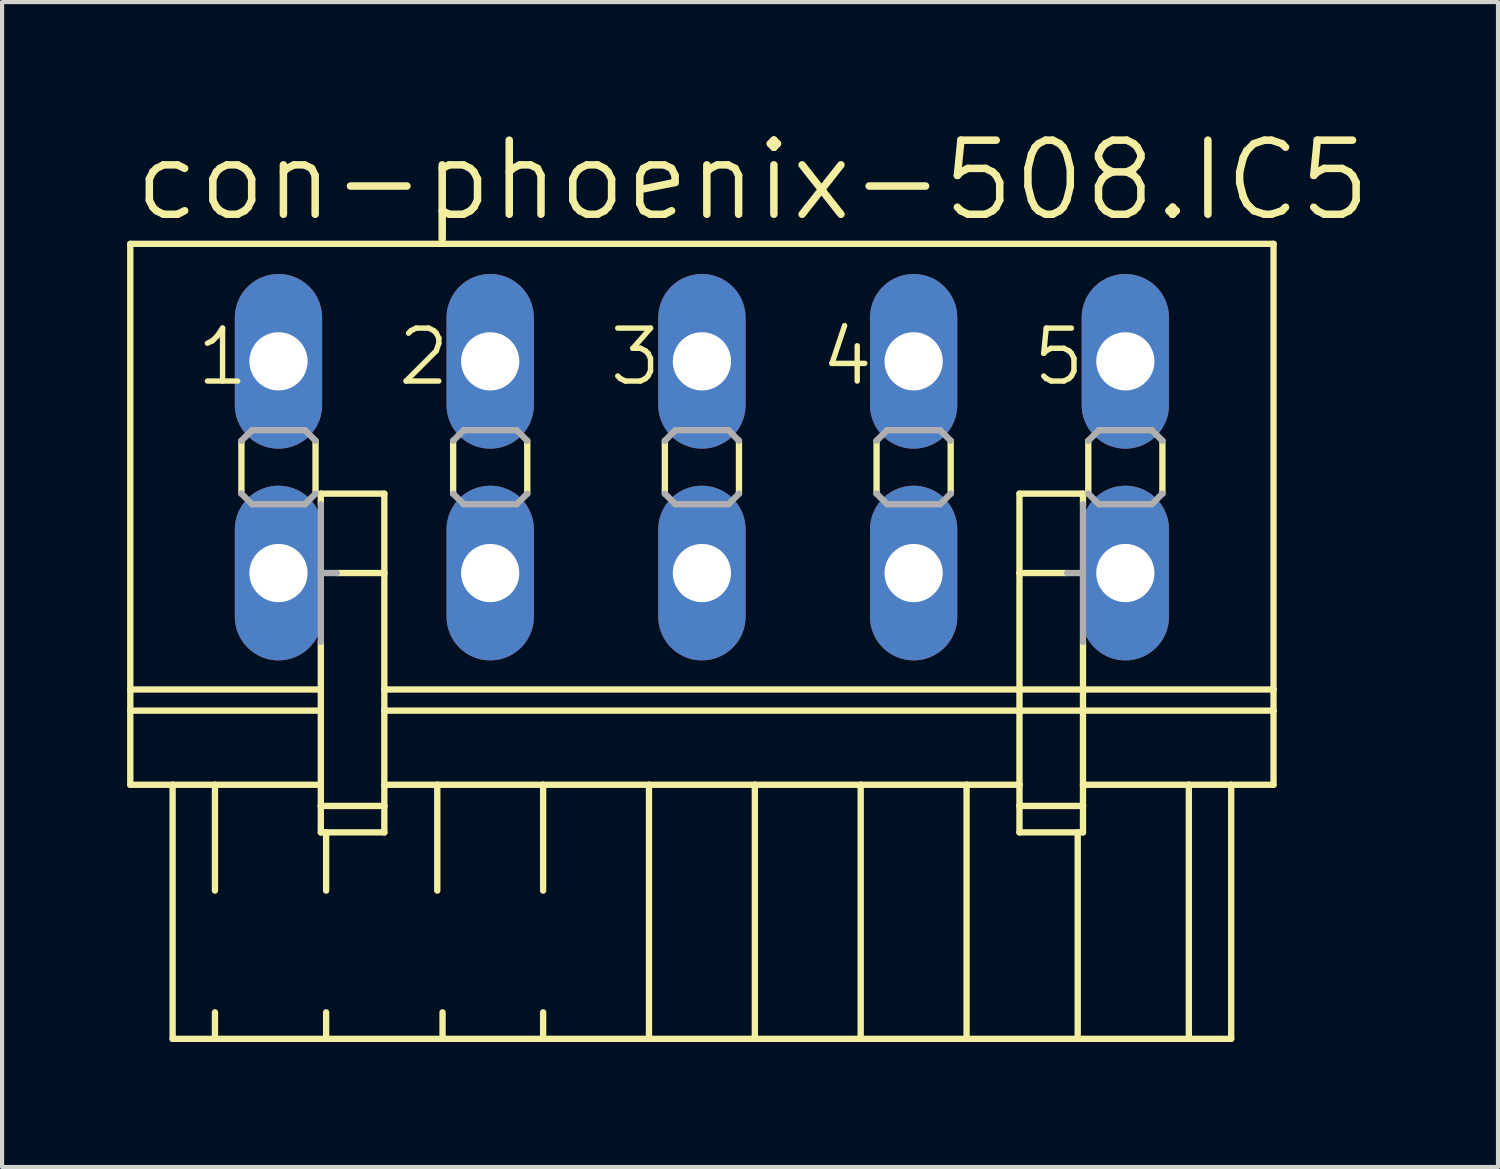
<source format=kicad_pcb>
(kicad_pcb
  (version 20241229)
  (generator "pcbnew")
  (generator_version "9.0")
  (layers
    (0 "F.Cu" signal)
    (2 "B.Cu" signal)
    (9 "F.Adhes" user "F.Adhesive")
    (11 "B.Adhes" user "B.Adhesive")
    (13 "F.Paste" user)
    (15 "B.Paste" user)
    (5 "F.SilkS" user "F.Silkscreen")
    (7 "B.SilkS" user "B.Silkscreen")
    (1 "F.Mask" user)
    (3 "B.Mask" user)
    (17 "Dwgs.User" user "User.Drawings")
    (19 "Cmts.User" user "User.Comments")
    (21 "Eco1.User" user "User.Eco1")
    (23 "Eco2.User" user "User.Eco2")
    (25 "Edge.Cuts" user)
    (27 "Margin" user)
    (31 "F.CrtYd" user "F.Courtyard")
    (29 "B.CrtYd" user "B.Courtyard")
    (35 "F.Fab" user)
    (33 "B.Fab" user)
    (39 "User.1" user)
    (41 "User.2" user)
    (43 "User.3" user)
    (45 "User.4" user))
  (footprint "con-phoenix-508.IC5"
    (layer "F.Cu")
    (at 13.792 8.16)
    (property "Reference" "con-phoenix-508.IC5" (at -13.716 -5.842 0) (layer "F.SilkS") (effects (font (size 1.778 1.778) (thickness 0.18)) (justify left bottom)))
    (attr through_hole)
    (fp_line (start -13.716 -5.359) (end -13.716 5.334) (stroke (width 0.152) (type default)) (layer "F.SilkS"))
    (fp_line (start -13.716 -5.359) (end 13.716 -5.359) (stroke (width 0.152) (type default)) (layer "F.SilkS"))
    (fp_line (start -13.716 5.334) (end -13.716 5.842) (stroke (width 0.152) (type default)) (layer "F.SilkS"))
    (fp_line (start -13.716 5.334) (end -9.144 5.334) (stroke (width 0.152) (type default)) (layer "F.SilkS"))
    (fp_line (start -13.716 5.842) (end -13.716 7.62) (stroke (width 0.152) (type default)) (layer "F.SilkS"))
    (fp_line (start -13.716 5.842) (end -9.144 5.842) (stroke (width 0.152) (type default)) (layer "F.SilkS"))
    (fp_line (start -13.716 7.62) (end -12.7 7.62) (stroke (width 0.152) (type default)) (layer "F.SilkS"))
    (fp_line (start -12.7 7.62) (end -12.7 13.716) (stroke (width 0.152) (type default)) (layer "F.SilkS"))
    (fp_line (start -12.7 7.62) (end -11.684 7.62) (stroke (width 0.152) (type default)) (layer "F.SilkS"))
    (fp_line (start -12.7 13.716) (end -11.684 13.716) (stroke (width 0.152) (type default)) (layer "F.SilkS"))
    (fp_line (start -11.684 7.62) (end -11.684 10.16) (stroke (width 0.152) (type default)) (layer "F.SilkS"))
    (fp_line (start -11.684 7.62) (end -9.144 7.62) (stroke (width 0.152) (type default)) (layer "F.SilkS"))
    (fp_line (start -11.684 13.081) (end -11.684 13.716) (stroke (width 0.152) (type default)) (layer "F.SilkS"))
    (fp_line (start -11.684 13.716) (end -9.017 13.716) (stroke (width 0.152) (type default)) (layer "F.SilkS"))
    (fp_line (start -11.049 -0.635) (end -11.049 0.635) (stroke (width 0.152) (type default)) (layer "F.SilkS"))
    (fp_line (start -9.271 -0.635) (end -9.271 0.635) (stroke (width 0.152) (type default)) (layer "F.SilkS"))
    (fp_line (start -9.144 0.635) (end -9.144 0.889) (stroke (width 0.152) (type default)) (layer "F.SilkS"))
    (fp_line (start -9.144 0.635) (end -7.62 0.635) (stroke (width 0.152) (type default)) (layer "F.SilkS"))
    (fp_line (start -9.144 4.191) (end -9.144 5.334) (stroke (width 0.152) (type default)) (layer "F.SilkS"))
    (fp_line (start -9.144 5.842) (end -9.144 5.334) (stroke (width 0.152) (type default)) (layer "F.SilkS"))
    (fp_line (start -9.144 7.62) (end -9.144 5.842) (stroke (width 0.152) (type default)) (layer "F.SilkS"))
    (fp_line (start -9.144 8.128) (end -9.144 7.62) (stroke (width 0.152) (type default)) (layer "F.SilkS"))
    (fp_line (start -9.144 8.128) (end -7.62 8.128) (stroke (width 0.152) (type default)) (layer "F.SilkS"))
    (fp_line (start -9.144 8.763) (end -9.144 8.128) (stroke (width 0.152) (type default)) (layer "F.SilkS"))
    (fp_line (start -9.017 8.763) (end -9.144 8.763) (stroke (width 0.152) (type default)) (layer "F.SilkS"))
    (fp_line (start -9.017 8.763) (end -9.017 10.16) (stroke (width 0.152) (type default)) (layer "F.SilkS"))
    (fp_line (start -9.017 13.081) (end -9.017 13.716) (stroke (width 0.152) (type default)) (layer "F.SilkS"))
    (fp_line (start -9.017 13.716) (end -6.223 13.716) (stroke (width 0.152) (type default)) (layer "F.SilkS"))
    (fp_line (start -7.62 0.635) (end -7.62 2.54) (stroke (width 0.152) (type default)) (layer "F.SilkS"))
    (fp_line (start -7.62 2.54) (end -8.763 2.54) (stroke (width 0.152) (type default)) (layer "F.SilkS"))
    (fp_line (start -7.62 2.54) (end -7.62 5.334) (stroke (width 0.152) (type default)) (layer "F.SilkS"))
    (fp_line (start -7.62 5.334) (end -7.62 5.842) (stroke (width 0.152) (type default)) (layer "F.SilkS"))
    (fp_line (start -7.62 5.334) (end 7.62 5.334) (stroke (width 0.152) (type default)) (layer "F.SilkS"))
    (fp_line (start -7.62 5.842) (end -7.62 7.62) (stroke (width 0.152) (type default)) (layer "F.SilkS"))
    (fp_line (start -7.62 5.842) (end 7.62 5.842) (stroke (width 0.152) (type default)) (layer "F.SilkS"))
    (fp_line (start -7.62 7.62) (end -7.62 8.128) (stroke (width 0.152) (type default)) (layer "F.SilkS"))
    (fp_line (start -7.62 7.62) (end -6.35 7.62) (stroke (width 0.152) (type default)) (layer "F.SilkS"))
    (fp_line (start -7.62 8.128) (end -7.62 8.763) (stroke (width 0.152) (type default)) (layer "F.SilkS"))
    (fp_line (start -7.62 8.763) (end -9.017 8.763) (stroke (width 0.152) (type default)) (layer "F.SilkS"))
    (fp_line (start -6.35 7.62) (end -6.35 10.16) (stroke (width 0.152) (type default)) (layer "F.SilkS"))
    (fp_line (start -6.35 7.62) (end -3.81 7.62) (stroke (width 0.152) (type default)) (layer "F.SilkS"))
    (fp_line (start -6.223 13.081) (end -6.223 13.716) (stroke (width 0.152) (type default)) (layer "F.SilkS"))
    (fp_line (start -6.223 13.716) (end -3.81 13.716) (stroke (width 0.152) (type default)) (layer "F.SilkS"))
    (fp_line (start -5.969 -0.635) (end -5.969 0.635) (stroke (width 0.152) (type default)) (layer "F.SilkS"))
    (fp_line (start -4.191 -0.635) (end -4.191 0.635) (stroke (width 0.152) (type default)) (layer "F.SilkS"))
    (fp_line (start -3.81 7.62) (end -3.81 10.16) (stroke (width 0.152) (type default)) (layer "F.SilkS"))
    (fp_line (start -3.81 7.62) (end -1.27 7.62) (stroke (width 0.152) (type default)) (layer "F.SilkS"))
    (fp_line (start -3.81 13.081) (end -3.81 13.716) (stroke (width 0.152) (type default)) (layer "F.SilkS"))
    (fp_line (start -3.81 13.716) (end -1.27 13.716) (stroke (width 0.152) (type default)) (layer "F.SilkS"))
    (fp_line (start -1.27 7.62) (end -1.27 13.716) (stroke (width 0.152) (type default)) (layer "F.SilkS"))
    (fp_line (start -1.27 7.62) (end 1.27 7.62) (stroke (width 0.152) (type default)) (layer "F.SilkS"))
    (fp_line (start -1.27 13.716) (end 1.27 13.716) (stroke (width 0.152) (type default)) (layer "F.SilkS"))
    (fp_line (start -0.889 -0.635) (end -0.889 0.635) (stroke (width 0.152) (type default)) (layer "F.SilkS"))
    (fp_line (start 0.889 -0.635) (end 0.889 0.635) (stroke (width 0.152) (type default)) (layer "F.SilkS"))
    (fp_line (start 1.27 7.62) (end 1.27 13.716) (stroke (width 0.152) (type default)) (layer "F.SilkS"))
    (fp_line (start 1.27 7.62) (end 3.81 7.62) (stroke (width 0.152) (type default)) (layer "F.SilkS"))
    (fp_line (start 1.27 13.716) (end 3.81 13.716) (stroke (width 0.152) (type default)) (layer "F.SilkS"))
    (fp_line (start 3.81 7.62) (end 3.81 13.716) (stroke (width 0.152) (type default)) (layer "F.SilkS"))
    (fp_line (start 3.81 7.62) (end 6.35 7.62) (stroke (width 0.152) (type default)) (layer "F.SilkS"))
    (fp_line (start 3.81 13.716) (end 6.35 13.716) (stroke (width 0.152) (type default)) (layer "F.SilkS"))
    (fp_line (start 4.191 -0.635) (end 4.191 0.635) (stroke (width 0.152) (type default)) (layer "F.SilkS"))
    (fp_line (start 5.969 -0.635) (end 5.969 0.635) (stroke (width 0.152) (type default)) (layer "F.SilkS"))
    (fp_line (start 6.35 7.62) (end 6.35 13.716) (stroke (width 0.152) (type default)) (layer "F.SilkS"))
    (fp_line (start 6.35 7.62) (end 7.62 7.62) (stroke (width 0.152) (type default)) (layer "F.SilkS"))
    (fp_line (start 6.35 13.716) (end 9.017 13.716) (stroke (width 0.152) (type default)) (layer "F.SilkS"))
    (fp_line (start 7.62 0.635) (end 7.62 2.54) (stroke (width 0.152) (type default)) (layer "F.SilkS"))
    (fp_line (start 7.62 2.54) (end 7.62 5.334) (stroke (width 0.152) (type default)) (layer "F.SilkS"))
    (fp_line (start 7.62 2.54) (end 8.763 2.54) (stroke (width 0.152) (type default)) (layer "F.SilkS"))
    (fp_line (start 7.62 5.334) (end 7.62 5.842) (stroke (width 0.152) (type default)) (layer "F.SilkS"))
    (fp_line (start 7.62 5.334) (end 9.144 5.334) (stroke (width 0.152) (type default)) (layer "F.SilkS"))
    (fp_line (start 7.62 5.842) (end 7.62 7.62) (stroke (width 0.152) (type default)) (layer "F.SilkS"))
    (fp_line (start 7.62 5.842) (end 9.144 5.842) (stroke (width 0.152) (type default)) (layer "F.SilkS"))
    (fp_line (start 7.62 7.62) (end 7.62 8.128) (stroke (width 0.152) (type default)) (layer "F.SilkS"))
    (fp_line (start 7.62 8.128) (end 7.62 8.763) (stroke (width 0.152) (type default)) (layer "F.SilkS"))
    (fp_line (start 7.62 8.128) (end 9.144 8.128) (stroke (width 0.152) (type default)) (layer "F.SilkS"))
    (fp_line (start 9.017 8.763) (end 7.62 8.763) (stroke (width 0.152) (type default)) (layer "F.SilkS"))
    (fp_line (start 9.017 8.763) (end 9.017 13.716) (stroke (width 0.152) (type default)) (layer "F.SilkS"))
    (fp_line (start 9.017 13.716) (end 11.684 13.716) (stroke (width 0.152) (type default)) (layer "F.SilkS"))
    (fp_line (start 9.144 0.635) (end 7.62 0.635) (stroke (width 0.152) (type default)) (layer "F.SilkS"))
    (fp_line (start 9.144 0.889) (end 9.144 0.635) (stroke (width 0.152) (type default)) (layer "F.SilkS"))
    (fp_line (start 9.144 4.191) (end 9.144 5.334) (stroke (width 0.152) (type default)) (layer "F.SilkS"))
    (fp_line (start 9.144 5.334) (end 13.716 5.334) (stroke (width 0.152) (type default)) (layer "F.SilkS"))
    (fp_line (start 9.144 5.842) (end 9.144 5.334) (stroke (width 0.152) (type default)) (layer "F.SilkS"))
    (fp_line (start 9.144 5.842) (end 13.716 5.842) (stroke (width 0.152) (type default)) (layer "F.SilkS"))
    (fp_line (start 9.144 7.62) (end 9.144 5.842) (stroke (width 0.152) (type default)) (layer "F.SilkS"))
    (fp_line (start 9.144 7.62) (end 11.684 7.62) (stroke (width 0.152) (type default)) (layer "F.SilkS"))
    (fp_line (start 9.144 8.128) (end 9.144 7.62) (stroke (width 0.152) (type default)) (layer "F.SilkS"))
    (fp_line (start 9.144 8.763) (end 9.017 8.763) (stroke (width 0.152) (type default)) (layer "F.SilkS"))
    (fp_line (start 9.144 8.763) (end 9.144 8.128) (stroke (width 0.152) (type default)) (layer "F.SilkS"))
    (fp_line (start 9.271 -0.635) (end 9.271 0.635) (stroke (width 0.152) (type default)) (layer "F.SilkS"))
    (fp_line (start 11.049 -0.635) (end 11.049 0.635) (stroke (width 0.152) (type default)) (layer "F.SilkS"))
    (fp_line (start 11.684 7.62) (end 11.684 13.716) (stroke (width 0.152) (type default)) (layer "F.SilkS"))
    (fp_line (start 11.684 7.62) (end 12.7 7.62) (stroke (width 0.152) (type default)) (layer "F.SilkS"))
    (fp_line (start 11.684 13.716) (end 12.7 13.716) (stroke (width 0.152) (type default)) (layer "F.SilkS"))
    (fp_line (start 12.7 7.62) (end 12.7 13.716) (stroke (width 0.152) (type default)) (layer "F.SilkS"))
    (fp_line (start 12.7 7.62) (end 13.716 7.62) (stroke (width 0.152) (type default)) (layer "F.SilkS"))
    (fp_line (start 13.716 -5.359) (end 13.716 5.334) (stroke (width 0.152) (type default)) (layer "F.SilkS"))
    (fp_line (start 13.716 5.334) (end 13.716 5.842) (stroke (width 0.152) (type default)) (layer "F.SilkS"))
    (fp_line (start 13.716 5.842) (end 13.716 7.62) (stroke (width 0.152) (type default)) (layer "F.SilkS"))
    (fp_line (start -11.049 -0.635) (end -10.795 -0.889) (stroke (width 0.152) (type default)) (layer "F.Fab"))
    (fp_line (start -10.795 -0.889) (end -9.525 -0.889) (stroke (width 0.152) (type default)) (layer "F.Fab"))
    (fp_line (start -10.795 0.889) (end -11.049 0.635) (stroke (width 0.152) (type default)) (layer "F.Fab"))
    (fp_line (start -9.525 -0.889) (end -9.271 -0.635) (stroke (width 0.152) (type default)) (layer "F.Fab"))
    (fp_line (start -9.525 0.889) (end -10.795 0.889) (stroke (width 0.152) (type default)) (layer "F.Fab"))
    (fp_line (start -9.271 0.635) (end -9.525 0.889) (stroke (width 0.152) (type default)) (layer "F.Fab"))
    (fp_line (start -9.144 2.54) (end -9.144 0.889) (stroke (width 0.152) (type default)) (layer "F.Fab"))
    (fp_line (start -9.144 2.54) (end -8.763 2.54) (stroke (width 0.152) (type default)) (layer "F.Fab"))
    (fp_line (start -9.144 4.191) (end -9.144 2.54) (stroke (width 0.152) (type default)) (layer "F.Fab"))
    (fp_line (start -5.969 -0.635) (end -5.715 -0.889) (stroke (width 0.152) (type default)) (layer "F.Fab"))
    (fp_line (start -5.715 -0.889) (end -4.445 -0.889) (stroke (width 0.152) (type default)) (layer "F.Fab"))
    (fp_line (start -5.715 0.889) (end -5.969 0.635) (stroke (width 0.152) (type default)) (layer "F.Fab"))
    (fp_line (start -4.445 -0.889) (end -4.191 -0.635) (stroke (width 0.152) (type default)) (layer "F.Fab"))
    (fp_line (start -4.445 0.889) (end -5.715 0.889) (stroke (width 0.152) (type default)) (layer "F.Fab"))
    (fp_line (start -4.191 0.635) (end -4.445 0.889) (stroke (width 0.152) (type default)) (layer "F.Fab"))
    (fp_line (start -0.889 -0.635) (end -0.635 -0.889) (stroke (width 0.152) (type default)) (layer "F.Fab"))
    (fp_line (start -0.635 -0.889) (end 0.635 -0.889) (stroke (width 0.152) (type default)) (layer "F.Fab"))
    (fp_line (start -0.635 0.889) (end -0.889 0.635) (stroke (width 0.152) (type default)) (layer "F.Fab"))
    (fp_line (start 0.635 -0.889) (end 0.889 -0.635) (stroke (width 0.152) (type default)) (layer "F.Fab"))
    (fp_line (start 0.635 0.889) (end -0.635 0.889) (stroke (width 0.152) (type default)) (layer "F.Fab"))
    (fp_line (start 0.889 0.635) (end 0.635 0.889) (stroke (width 0.152) (type default)) (layer "F.Fab"))
    (fp_line (start 4.191 -0.635) (end 4.445 -0.889) (stroke (width 0.152) (type default)) (layer "F.Fab"))
    (fp_line (start 4.445 -0.889) (end 5.715 -0.889) (stroke (width 0.152) (type default)) (layer "F.Fab"))
    (fp_line (start 4.445 0.889) (end 4.191 0.635) (stroke (width 0.152) (type default)) (layer "F.Fab"))
    (fp_line (start 5.715 -0.889) (end 5.969 -0.635) (stroke (width 0.152) (type default)) (layer "F.Fab"))
    (fp_line (start 5.715 0.889) (end 4.445 0.889) (stroke (width 0.152) (type default)) (layer "F.Fab"))
    (fp_line (start 5.969 0.635) (end 5.715 0.889) (stroke (width 0.152) (type default)) (layer "F.Fab"))
    (fp_line (start 8.763 2.54) (end 9.144 2.54) (stroke (width 0.152) (type default)) (layer "F.Fab"))
    (fp_line (start 9.144 2.54) (end 9.144 0.889) (stroke (width 0.152) (type default)) (layer "F.Fab"))
    (fp_line (start 9.144 4.191) (end 9.144 2.54) (stroke (width 0.152) (type default)) (layer "F.Fab"))
    (fp_line (start 9.271 -0.635) (end 9.525 -0.889) (stroke (width 0.152) (type default)) (layer "F.Fab"))
    (fp_line (start 9.525 -0.889) (end 10.795 -0.889) (stroke (width 0.152) (type default)) (layer "F.Fab"))
    (fp_line (start 9.525 0.889) (end 9.271 0.635) (stroke (width 0.152) (type default)) (layer "F.Fab"))
    (fp_line (start 10.795 -0.889) (end 11.049 -0.635) (stroke (width 0.152) (type default)) (layer "F.Fab"))
    (fp_line (start 10.795 0.889) (end 9.525 0.889) (stroke (width 0.152) (type default)) (layer "F.Fab"))
    (fp_line (start 11.049 0.635) (end 10.795 0.889) (stroke (width 0.152) (type default)) (layer "F.Fab"))
    (fp_text user "3" (at -2.286 -1.905 0) (layer "F.SilkS") (effects (font (size 1.27 1.27) (thickness 0.13)) (justify left bottom)))
    (fp_text user "1" (at -12.192 -1.905 0) (layer "F.SilkS") (effects (font (size 1.27 1.27) (thickness 0.13)) (justify left bottom)))
    (fp_text user "2" (at -7.366 -1.905 0) (layer "F.SilkS") (effects (font (size 1.27 1.27) (thickness 0.13)) (justify left bottom)))
    (fp_text user "4" (at 2.794 -1.905 0) (layer "F.SilkS") (effects (font (size 1.27 1.27) (thickness 0.13)) (justify left bottom)))
    (fp_text user "5" (at 7.874 -1.905 0) (layer "F.SilkS") (effects (font (size 1.27 1.27) (thickness 0.13)) (justify left bottom)))
    (pad "1" thru_hole oval (at -10.16 -2.54 90) (size 4.191 2.095) (drill 1.397) (layers "*.Cu" "*.Mask"))
    (pad "1A" thru_hole oval (at -10.16 2.54 90) (size 4.191 2.095) (drill 1.397) (layers "*.Cu" "*.Mask"))
    (pad "2" thru_hole oval (at -5.08 -2.54 90) (size 4.191 2.095) (drill 1.397) (layers "*.Cu" "*.Mask"))
    (pad "2A" thru_hole oval (at -5.08 2.54 90) (size 4.191 2.095) (drill 1.397) (layers "*.Cu" "*.Mask"))
    (pad "3" thru_hole oval (at 0 -2.54 90) (size 4.191 2.095) (drill 1.397) (layers "*.Cu" "*.Mask"))
    (pad "3A" thru_hole oval (at 0 2.54 90) (size 4.191 2.095) (drill 1.397) (layers "*.Cu" "*.Mask"))
    (pad "4" thru_hole oval (at 5.08 -2.54 90) (size 4.191 2.095) (drill 1.397) (layers "*.Cu" "*.Mask"))
    (pad "4A" thru_hole oval (at 5.08 2.54 90) (size 4.191 2.095) (drill 1.397) (layers "*.Cu" "*.Mask"))
    (pad "5" thru_hole oval (at 10.16 -2.54 90) (size 4.191 2.095) (drill 1.397) (layers "*.Cu" "*.Mask"))
    (pad "5A" thru_hole oval (at 10.16 2.54 90) (size 4.191 2.095) (drill 1.397) (layers "*.Cu" "*.Mask")))
  (gr_rect
    (start -3 -3)
    (end 32.894 24.952)
    (stroke (width 0.1) (type default))
    (fill no)
    (layer "Edge.Cuts")))
</source>
